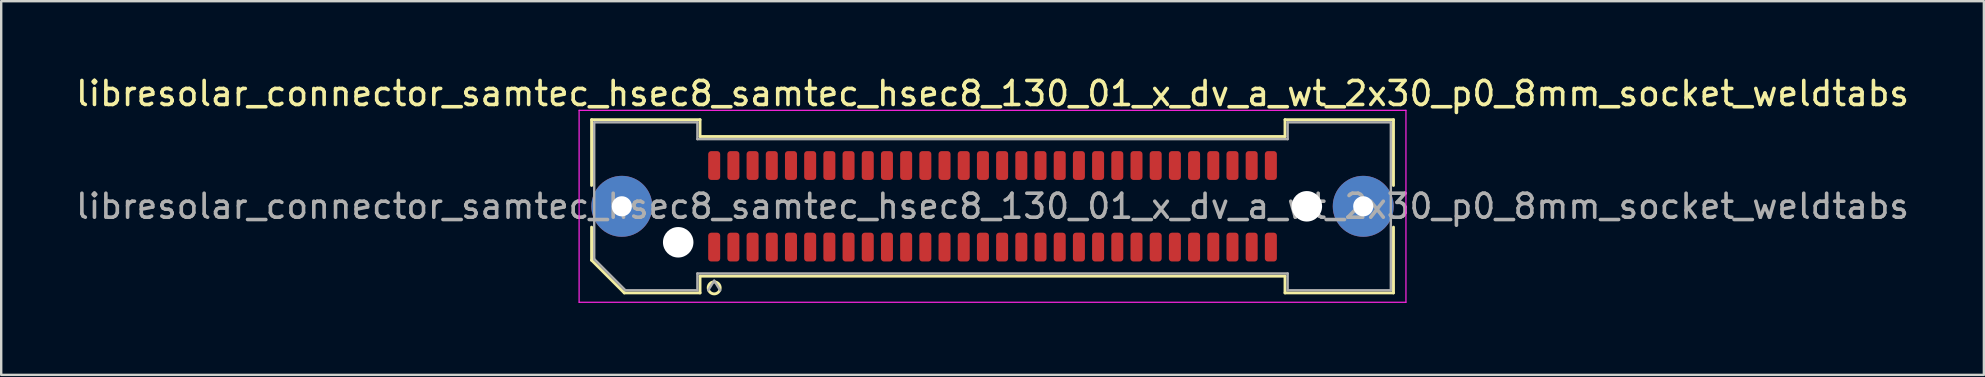
<source format=kicad_pcb>
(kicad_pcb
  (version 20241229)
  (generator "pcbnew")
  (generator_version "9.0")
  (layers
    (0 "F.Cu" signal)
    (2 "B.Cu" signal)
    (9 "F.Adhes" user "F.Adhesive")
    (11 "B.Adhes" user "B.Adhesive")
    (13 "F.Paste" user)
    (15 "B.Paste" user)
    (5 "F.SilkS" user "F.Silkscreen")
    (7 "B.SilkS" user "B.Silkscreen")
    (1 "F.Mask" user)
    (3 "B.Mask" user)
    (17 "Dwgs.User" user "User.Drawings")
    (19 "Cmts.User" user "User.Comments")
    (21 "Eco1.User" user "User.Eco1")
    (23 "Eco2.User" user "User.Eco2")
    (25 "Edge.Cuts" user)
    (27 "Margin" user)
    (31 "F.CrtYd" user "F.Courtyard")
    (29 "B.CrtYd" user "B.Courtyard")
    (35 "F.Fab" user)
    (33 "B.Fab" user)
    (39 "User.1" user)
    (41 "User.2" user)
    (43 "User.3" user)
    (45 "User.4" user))
  (footprint "libresolar_connector_samtec_hsec8_samtec_hsec8_130_01_x_dv_a_wt_2x30_p0_8mm_socket_weldtabs"
    (layer "F.Cu")
    (at 38.315 5.548)
    (property "Reference" "libresolar_connector_samtec_hsec8_samtec_hsec8_130_01_x_dv_a_wt_2x30_p0_8mm_socket_weldtabs" (at 0 -4.7 0) (layer "F.SilkS") (effects (font (size 1 1) (thickness 0.15))))
    (attr smd)
    (fp_line (start -16.71 -3.61) (end -12.19 -3.61) (stroke (width 0.12) (type solid)) (layer "F.SilkS"))
    (fp_line (start -16.71 -0.868) (end -16.71 -3.61) (stroke (width 0.12) (type solid)) (layer "F.SilkS"))
    (fp_line (start -16.71 2.246) (end -16.71 0.868) (stroke (width 0.12) (type solid)) (layer "F.SilkS"))
    (fp_line (start -15.346 3.61) (end -16.71 2.246) (stroke (width 0.12) (type solid)) (layer "F.SilkS"))
    (fp_line (start -12.19 -3.61) (end -12.19 -2.91) (stroke (width 0.12) (type solid)) (layer "F.SilkS"))
    (fp_line (start -12.19 -2.91) (end 12.19 -2.91) (stroke (width 0.12) (type solid)) (layer "F.SilkS"))
    (fp_line (start -12.19 2.91) (end -12.19 3.61) (stroke (width 0.12) (type solid)) (layer "F.SilkS"))
    (fp_line (start -12.19 3.61) (end -15.346 3.61) (stroke (width 0.12) (type solid)) (layer "F.SilkS"))
    (fp_line (start 12.19 -3.61) (end 16.71 -3.61) (stroke (width 0.12) (type solid)) (layer "F.SilkS"))
    (fp_line (start 12.19 -2.91) (end 12.19 -3.61) (stroke (width 0.12) (type solid)) (layer "F.SilkS"))
    (fp_line (start 12.19 2.91) (end -12.19 2.91) (stroke (width 0.12) (type solid)) (layer "F.SilkS"))
    (fp_line (start 12.19 3.61) (end 12.19 2.91) (stroke (width 0.12) (type solid)) (layer "F.SilkS"))
    (fp_line (start 16.71 -3.61) (end 16.71 -0.868) (stroke (width 0.12) (type solid)) (layer "F.SilkS"))
    (fp_line (start 16.71 0.868) (end 16.71 3.61) (stroke (width 0.12) (type solid)) (layer "F.SilkS"))
    (fp_line (start 16.71 3.61) (end 12.19 3.61) (stroke (width 0.12) (type solid)) (layer "F.SilkS"))
    (fp_arc (start -11.35 3.4) (mid -11.85 3.4) (end -11.35 3.4) (stroke (width 0.12) (type solid)) (layer "F.SilkS"))
    (fp_line (start -17.23 -4) (end -17.23 4) (stroke (width 0.05) (type solid)) (layer "F.CrtYd"))
    (fp_line (start -17.23 4) (end 17.23 4) (stroke (width 0.05) (type solid)) (layer "F.CrtYd"))
    (fp_line (start 17.23 -4) (end -17.23 -4) (stroke (width 0.05) (type solid)) (layer "F.CrtYd"))
    (fp_line (start 17.23 4) (end 17.23 -4) (stroke (width 0.05) (type solid)) (layer "F.CrtYd"))
    (fp_line (start -16.6 -3.5) (end -12.3 -3.5) (stroke (width 0.1) (type solid)) (layer "F.Fab"))
    (fp_line (start -16.6 2.2) (end -16.6 -3.5) (stroke (width 0.1) (type solid)) (layer "F.Fab"))
    (fp_line (start -15.3 3.5) (end -16.6 2.2) (stroke (width 0.1) (type solid)) (layer "F.Fab"))
    (fp_line (start -12.3 -3.5) (end -12.3 -2.8) (stroke (width 0.1) (type solid)) (layer "F.Fab"))
    (fp_line (start -12.3 -2.8) (end 12.3 -2.8) (stroke (width 0.1) (type solid)) (layer "F.Fab"))
    (fp_line (start -12.3 2.8) (end -12.3 3.5) (stroke (width 0.1) (type solid)) (layer "F.Fab"))
    (fp_line (start -12.3 3.5) (end -15.3 3.5) (stroke (width 0.1) (type solid)) (layer "F.Fab"))
    (fp_line (start -11.6 3.1) (end -11.85 3.5) (stroke (width 0.1) (type solid)) (layer "F.Fab"))
    (fp_line (start -11.6 3.1) (end -11.35 3.5) (stroke (width 0.1) (type solid)) (layer "F.Fab"))
    (fp_line (start 12.3 -3.5) (end 16.6 -3.5) (stroke (width 0.1) (type solid)) (layer "F.Fab"))
    (fp_line (start 12.3 -2.8) (end 12.3 -3.5) (stroke (width 0.1) (type solid)) (layer "F.Fab"))
    (fp_line (start 12.3 2.8) (end -12.3 2.8) (stroke (width 0.1) (type solid)) (layer "F.Fab"))
    (fp_line (start 12.3 3.5) (end 12.3 2.8) (stroke (width 0.1) (type solid)) (layer "F.Fab"))
    (fp_line (start 16.6 -3.5) (end 16.6 3.5) (stroke (width 0.1) (type solid)) (layer "F.Fab"))
    (fp_line (start 16.6 3.5) (end 12.3 3.5) (stroke (width 0.1) (type solid)) (layer "F.Fab"))
    (fp_text user "${REFERENCE}" (at 0 0 0) (layer "F.Fab") (effects (font (size 1 1) (thickness 0.15))))
    (pad "" thru_hole circle (at -15.45 0) (size 2.54 2.54) (drill 0.84) (layers "*.Cu" "*.Mask" "F.Paste"))
    (pad "" np_thru_hole circle (at -13.1 1.5) (size 1.27 1.27) (drill 1.27) (layers "*.Cu" "*.Mask"))
    (pad "" np_thru_hole circle (at 13.1 0) (size 1.27 1.27) (drill 1.27) (layers "*.Cu" "*.Mask"))
    (pad "" thru_hole circle (at 15.45 0) (size 2.54 2.54) (drill 0.84) (layers "*.Cu" "*.Mask" "F.Paste"))
    (pad "1" smd roundrect (at -11.6 1.7) (size 0.5 1.2) (layers "F.Cu" "F.Mask" "F.Paste") (roundrect_rratio 0.25))
    (pad "2" smd roundrect (at -11.6 -1.7) (size 0.5 1.2) (layers "F.Cu" "F.Mask" "F.Paste") (roundrect_rratio 0.25))
    (pad "3" smd roundrect (at -10.8 1.7) (size 0.5 1.2) (layers "F.Cu" "F.Mask" "F.Paste") (roundrect_rratio 0.25))
    (pad "4" smd roundrect (at -10.8 -1.7) (size 0.5 1.2) (layers "F.Cu" "F.Mask" "F.Paste") (roundrect_rratio 0.25))
    (pad "5" smd roundrect (at -10 1.7) (size 0.5 1.2) (layers "F.Cu" "F.Mask" "F.Paste") (roundrect_rratio 0.25))
    (pad "6" smd roundrect (at -10 -1.7) (size 0.5 1.2) (layers "F.Cu" "F.Mask" "F.Paste") (roundrect_rratio 0.25))
    (pad "7" smd roundrect (at -9.2 1.7) (size 0.5 1.2) (layers "F.Cu" "F.Mask" "F.Paste") (roundrect_rratio 0.25))
    (pad "8" smd roundrect (at -9.2 -1.7) (size 0.5 1.2) (layers "F.Cu" "F.Mask" "F.Paste") (roundrect_rratio 0.25))
    (pad "9" smd roundrect (at -8.4 1.7) (size 0.5 1.2) (layers "F.Cu" "F.Mask" "F.Paste") (roundrect_rratio 0.25))
    (pad "10" smd roundrect (at -8.4 -1.7) (size 0.5 1.2) (layers "F.Cu" "F.Mask" "F.Paste") (roundrect_rratio 0.25))
    (pad "11" smd roundrect (at -7.6 1.7) (size 0.5 1.2) (layers "F.Cu" "F.Mask" "F.Paste") (roundrect_rratio 0.25))
    (pad "12" smd roundrect (at -7.6 -1.7) (size 0.5 1.2) (layers "F.Cu" "F.Mask" "F.Paste") (roundrect_rratio 0.25))
    (pad "13" smd roundrect (at -6.8 1.7) (size 0.5 1.2) (layers "F.Cu" "F.Mask" "F.Paste") (roundrect_rratio 0.25))
    (pad "14" smd roundrect (at -6.8 -1.7) (size 0.5 1.2) (layers "F.Cu" "F.Mask" "F.Paste") (roundrect_rratio 0.25))
    (pad "15" smd roundrect (at -6 1.7) (size 0.5 1.2) (layers "F.Cu" "F.Mask" "F.Paste") (roundrect_rratio 0.25))
    (pad "16" smd roundrect (at -6 -1.7) (size 0.5 1.2) (layers "F.Cu" "F.Mask" "F.Paste") (roundrect_rratio 0.25))
    (pad "17" smd roundrect (at -5.2 1.7) (size 0.5 1.2) (layers "F.Cu" "F.Mask" "F.Paste") (roundrect_rratio 0.25))
    (pad "18" smd roundrect (at -5.2 -1.7) (size 0.5 1.2) (layers "F.Cu" "F.Mask" "F.Paste") (roundrect_rratio 0.25))
    (pad "19" smd roundrect (at -4.4 1.7) (size 0.5 1.2) (layers "F.Cu" "F.Mask" "F.Paste") (roundrect_rratio 0.25))
    (pad "20" smd roundrect (at -4.4 -1.7) (size 0.5 1.2) (layers "F.Cu" "F.Mask" "F.Paste") (roundrect_rratio 0.25))
    (pad "21" smd roundrect (at -3.6 1.7) (size 0.5 1.2) (layers "F.Cu" "F.Mask" "F.Paste") (roundrect_rratio 0.25))
    (pad "22" smd roundrect (at -3.6 -1.7) (size 0.5 1.2) (layers "F.Cu" "F.Mask" "F.Paste") (roundrect_rratio 0.25))
    (pad "23" smd roundrect (at -2.8 1.7) (size 0.5 1.2) (layers "F.Cu" "F.Mask" "F.Paste") (roundrect_rratio 0.25))
    (pad "24" smd roundrect (at -2.8 -1.7) (size 0.5 1.2) (layers "F.Cu" "F.Mask" "F.Paste") (roundrect_rratio 0.25))
    (pad "25" smd roundrect (at -2 1.7) (size 0.5 1.2) (layers "F.Cu" "F.Mask" "F.Paste") (roundrect_rratio 0.25))
    (pad "26" smd roundrect (at -2 -1.7) (size 0.5 1.2) (layers "F.Cu" "F.Mask" "F.Paste") (roundrect_rratio 0.25))
    (pad "27" smd roundrect (at -1.2 1.7) (size 0.5 1.2) (layers "F.Cu" "F.Mask" "F.Paste") (roundrect_rratio 0.25))
    (pad "28" smd roundrect (at -1.2 -1.7) (size 0.5 1.2) (layers "F.Cu" "F.Mask" "F.Paste") (roundrect_rratio 0.25))
    (pad "29" smd roundrect (at -0.4 1.7) (size 0.5 1.2) (layers "F.Cu" "F.Mask" "F.Paste") (roundrect_rratio 0.25))
    (pad "30" smd roundrect (at -0.4 -1.7) (size 0.5 1.2) (layers "F.Cu" "F.Mask" "F.Paste") (roundrect_rratio 0.25))
    (pad "31" smd roundrect (at 0.4 1.7) (size 0.5 1.2) (layers "F.Cu" "F.Mask" "F.Paste") (roundrect_rratio 0.25))
    (pad "32" smd roundrect (at 0.4 -1.7) (size 0.5 1.2) (layers "F.Cu" "F.Mask" "F.Paste") (roundrect_rratio 0.25))
    (pad "33" smd roundrect (at 1.2 1.7) (size 0.5 1.2) (layers "F.Cu" "F.Mask" "F.Paste") (roundrect_rratio 0.25))
    (pad "34" smd roundrect (at 1.2 -1.7) (size 0.5 1.2) (layers "F.Cu" "F.Mask" "F.Paste") (roundrect_rratio 0.25))
    (pad "35" smd roundrect (at 2 1.7) (size 0.5 1.2) (layers "F.Cu" "F.Mask" "F.Paste") (roundrect_rratio 0.25))
    (pad "36" smd roundrect (at 2 -1.7) (size 0.5 1.2) (layers "F.Cu" "F.Mask" "F.Paste") (roundrect_rratio 0.25))
    (pad "37" smd roundrect (at 2.8 1.7) (size 0.5 1.2) (layers "F.Cu" "F.Mask" "F.Paste") (roundrect_rratio 0.25))
    (pad "38" smd roundrect (at 2.8 -1.7) (size 0.5 1.2) (layers "F.Cu" "F.Mask" "F.Paste") (roundrect_rratio 0.25))
    (pad "39" smd roundrect (at 3.6 1.7) (size 0.5 1.2) (layers "F.Cu" "F.Mask" "F.Paste") (roundrect_rratio 0.25))
    (pad "40" smd roundrect (at 3.6 -1.7) (size 0.5 1.2) (layers "F.Cu" "F.Mask" "F.Paste") (roundrect_rratio 0.25))
    (pad "41" smd roundrect (at 4.4 1.7) (size 0.5 1.2) (layers "F.Cu" "F.Mask" "F.Paste") (roundrect_rratio 0.25))
    (pad "42" smd roundrect (at 4.4 -1.7) (size 0.5 1.2) (layers "F.Cu" "F.Mask" "F.Paste") (roundrect_rratio 0.25))
    (pad "43" smd roundrect (at 5.2 1.7) (size 0.5 1.2) (layers "F.Cu" "F.Mask" "F.Paste") (roundrect_rratio 0.25))
    (pad "44" smd roundrect (at 5.2 -1.7) (size 0.5 1.2) (layers "F.Cu" "F.Mask" "F.Paste") (roundrect_rratio 0.25))
    (pad "45" smd roundrect (at 6 1.7) (size 0.5 1.2) (layers "F.Cu" "F.Mask" "F.Paste") (roundrect_rratio 0.25))
    (pad "46" smd roundrect (at 6 -1.7) (size 0.5 1.2) (layers "F.Cu" "F.Mask" "F.Paste") (roundrect_rratio 0.25))
    (pad "47" smd roundrect (at 6.8 1.7) (size 0.5 1.2) (layers "F.Cu" "F.Mask" "F.Paste") (roundrect_rratio 0.25))
    (pad "48" smd roundrect (at 6.8 -1.7) (size 0.5 1.2) (layers "F.Cu" "F.Mask" "F.Paste") (roundrect_rratio 0.25))
    (pad "49" smd roundrect (at 7.6 1.7) (size 0.5 1.2) (layers "F.Cu" "F.Mask" "F.Paste") (roundrect_rratio 0.25))
    (pad "50" smd roundrect (at 7.6 -1.7) (size 0.5 1.2) (layers "F.Cu" "F.Mask" "F.Paste") (roundrect_rratio 0.25))
    (pad "51" smd roundrect (at 8.4 1.7) (size 0.5 1.2) (layers "F.Cu" "F.Mask" "F.Paste") (roundrect_rratio 0.25))
    (pad "52" smd roundrect (at 8.4 -1.7) (size 0.5 1.2) (layers "F.Cu" "F.Mask" "F.Paste") (roundrect_rratio 0.25))
    (pad "53" smd roundrect (at 9.2 1.7) (size 0.5 1.2) (layers "F.Cu" "F.Mask" "F.Paste") (roundrect_rratio 0.25))
    (pad "54" smd roundrect (at 9.2 -1.7) (size 0.5 1.2) (layers "F.Cu" "F.Mask" "F.Paste") (roundrect_rratio 0.25))
    (pad "55" smd roundrect (at 10 1.7) (size 0.5 1.2) (layers "F.Cu" "F.Mask" "F.Paste") (roundrect_rratio 0.25))
    (pad "56" smd roundrect (at 10 -1.7) (size 0.5 1.2) (layers "F.Cu" "F.Mask" "F.Paste") (roundrect_rratio 0.25))
    (pad "57" smd roundrect (at 10.8 1.7) (size 0.5 1.2) (layers "F.Cu" "F.Mask" "F.Paste") (roundrect_rratio 0.25))
    (pad "58" smd roundrect (at 10.8 -1.7) (size 0.5 1.2) (layers "F.Cu" "F.Mask" "F.Paste") (roundrect_rratio 0.25))
    (pad "59" smd roundrect (at 11.6 1.7) (size 0.5 1.2) (layers "F.Cu" "F.Mask" "F.Paste") (roundrect_rratio 0.25))
    (pad "60" smd roundrect (at 11.6 -1.7) (size 0.5 1.2) (layers "F.Cu" "F.Mask" "F.Paste") (roundrect_rratio 0.25)))
  (gr_rect
    (start -3 -3)
    (end 79.631 12.573)
    (stroke (width 0.1) (type default))
    (fill no)
    (layer "Edge.Cuts")))
</source>
